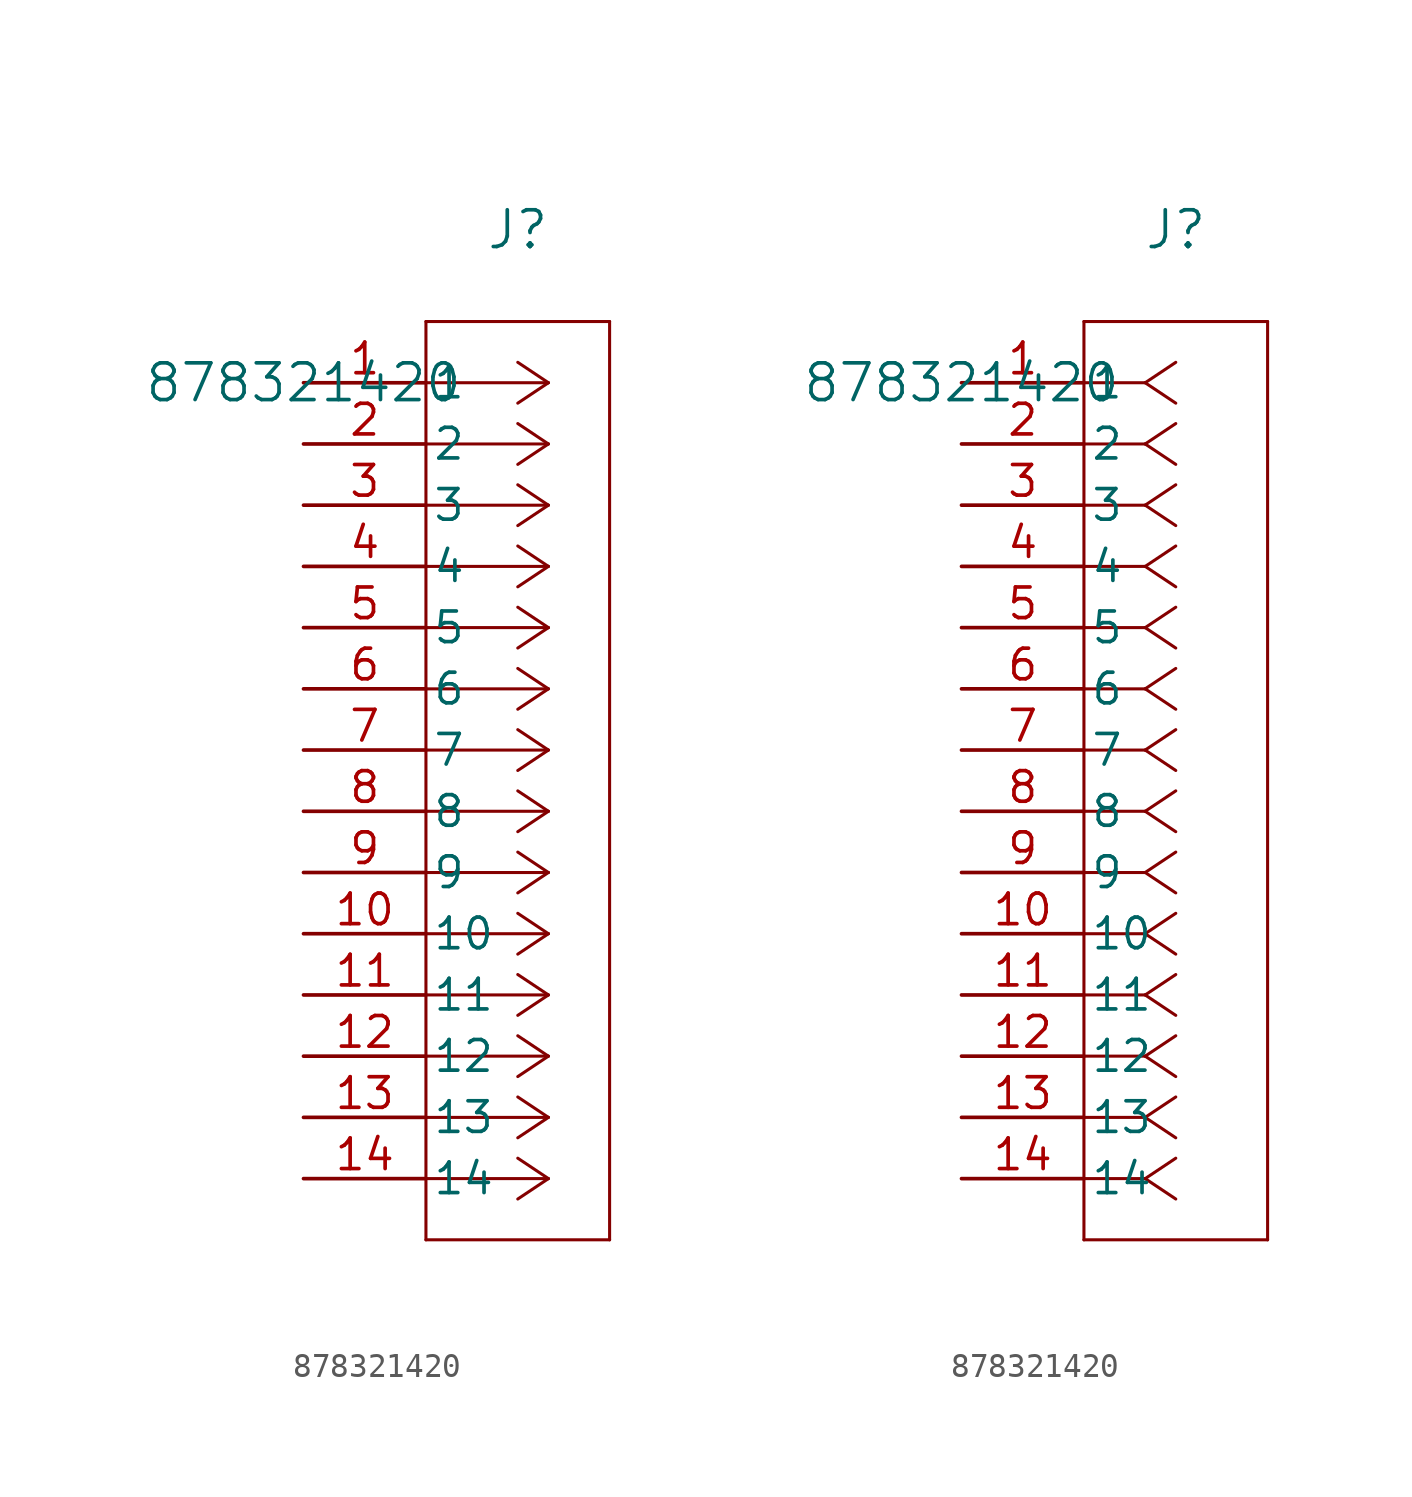
<source format=kicad_sym>
(kicad_symbol_lib
  (version 20211014)
  (generator kicad_symbol_editor)
  (symbol "878321420"
    (pin_names
      (offset 0.254))
    (property "Reference" "J"
      (at 8.89 6.35 0)
      (effects (font (size 1.524 1.524))))
    (property "Value" "878321420"
      (at 0 0 0)
      (effects (font (size 1.524 1.524))))
    (symbol "878321420_1_1"
      (polyline (pts (xy 10.16 0) (xy 5.08 0)) (stroke (width 0.127) (type default) (color 0 0 0 0)) (fill (type none)))
      (polyline (pts (xy 10.16 -2.54) (xy 5.08 -2.54)) (stroke (width 0.127) (type default) (color 0 0 0 0)) (fill (type none)))
      (polyline (pts (xy 10.16 -5.08) (xy 5.08 -5.08)) (stroke (width 0.127) (type default) (color 0 0 0 0)) (fill (type none)))
      (polyline (pts (xy 10.16 -7.62) (xy 5.08 -7.62)) (stroke (width 0.127) (type default) (color 0 0 0 0)) (fill (type none)))
      (polyline (pts (xy 10.16 -10.16) (xy 5.08 -10.16)) (stroke (width 0.127) (type default) (color 0 0 0 0)) (fill (type none)))
      (polyline (pts (xy 10.16 -12.7) (xy 5.08 -12.7)) (stroke (width 0.127) (type default) (color 0 0 0 0)) (fill (type none)))
      (polyline (pts (xy 10.16 -15.24) (xy 5.08 -15.24)) (stroke (width 0.127) (type default) (color 0 0 0 0)) (fill (type none)))
      (polyline (pts (xy 10.16 -17.78) (xy 5.08 -17.78)) (stroke (width 0.127) (type default) (color 0 0 0 0)) (fill (type none)))
      (polyline (pts (xy 10.16 -20.32) (xy 5.08 -20.32)) (stroke (width 0.127) (type default) (color 0 0 0 0)) (fill (type none)))
      (polyline (pts (xy 10.16 -22.86) (xy 5.08 -22.86)) (stroke (width 0.127) (type default) (color 0 0 0 0)) (fill (type none)))
      (polyline (pts (xy 10.16 -25.4) (xy 5.08 -25.4)) (stroke (width 0.127) (type default) (color 0 0 0 0)) (fill (type none)))
      (polyline (pts (xy 10.16 -27.94) (xy 5.08 -27.94)) (stroke (width 0.127) (type default) (color 0 0 0 0)) (fill (type none)))
      (polyline (pts (xy 10.16 -30.48) (xy 5.08 -30.48)) (stroke (width 0.127) (type default) (color 0 0 0 0)) (fill (type none)))
      (polyline (pts (xy 10.16 -33.02) (xy 5.08 -33.02)) (stroke (width 0.127) (type default) (color 0 0 0 0)) (fill (type none)))
      (polyline (pts (xy 10.16 0) (xy 8.89 0.847)) (stroke (width 0.127) (type default) (color 0 0 0 0)) (fill (type none)))
      (polyline (pts (xy 10.16 -2.54) (xy 8.89 -1.693)) (stroke (width 0.127) (type default) (color 0 0 0 0)) (fill (type none)))
      (polyline (pts (xy 10.16 -5.08) (xy 8.89 -4.233)) (stroke (width 0.127) (type default) (color 0 0 0 0)) (fill (type none)))
      (polyline (pts (xy 10.16 -7.62) (xy 8.89 -6.773)) (stroke (width 0.127) (type default) (color 0 0 0 0)) (fill (type none)))
      (polyline (pts (xy 10.16 -10.16) (xy 8.89 -9.313)) (stroke (width 0.127) (type default) (color 0 0 0 0)) (fill (type none)))
      (polyline (pts (xy 10.16 -12.7) (xy 8.89 -11.853)) (stroke (width 0.127) (type default) (color 0 0 0 0)) (fill (type none)))
      (polyline (pts (xy 10.16 -15.24) (xy 8.89 -14.393)) (stroke (width 0.127) (type default) (color 0 0 0 0)) (fill (type none)))
      (polyline (pts (xy 10.16 -17.78) (xy 8.89 -16.933)) (stroke (width 0.127) (type default) (color 0 0 0 0)) (fill (type none)))
      (polyline (pts (xy 10.16 -20.32) (xy 8.89 -19.473)) (stroke (width 0.127) (type default) (color 0 0 0 0)) (fill (type none)))
      (polyline (pts (xy 10.16 -22.86) (xy 8.89 -22.013)) (stroke (width 0.127) (type default) (color 0 0 0 0)) (fill (type none)))
      (polyline (pts (xy 10.16 -25.4) (xy 8.89 -24.553)) (stroke (width 0.127) (type default) (color 0 0 0 0)) (fill (type none)))
      (polyline (pts (xy 10.16 -27.94) (xy 8.89 -27.093)) (stroke (width 0.127) (type default) (color 0 0 0 0)) (fill (type none)))
      (polyline (pts (xy 10.16 -30.48) (xy 8.89 -29.633)) (stroke (width 0.127) (type default) (color 0 0 0 0)) (fill (type none)))
      (polyline (pts (xy 10.16 -33.02) (xy 8.89 -32.173)) (stroke (width 0.127) (type default) (color 0 0 0 0)) (fill (type none)))
      (polyline (pts (xy 10.16 0) (xy 8.89 -0.847)) (stroke (width 0.127) (type default) (color 0 0 0 0)) (fill (type none)))
      (polyline (pts (xy 10.16 -2.54) (xy 8.89 -3.387)) (stroke (width 0.127) (type default) (color 0 0 0 0)) (fill (type none)))
      (polyline (pts (xy 10.16 -5.08) (xy 8.89 -5.927)) (stroke (width 0.127) (type default) (color 0 0 0 0)) (fill (type none)))
      (polyline (pts (xy 10.16 -7.62) (xy 8.89 -8.467)) (stroke (width 0.127) (type default) (color 0 0 0 0)) (fill (type none)))
      (polyline (pts (xy 10.16 -10.16) (xy 8.89 -11.007)) (stroke (width 0.127) (type default) (color 0 0 0 0)) (fill (type none)))
      (polyline (pts (xy 10.16 -12.7) (xy 8.89 -13.547)) (stroke (width 0.127) (type default) (color 0 0 0 0)) (fill (type none)))
      (polyline (pts (xy 10.16 -15.24) (xy 8.89 -16.087)) (stroke (width 0.127) (type default) (color 0 0 0 0)) (fill (type none)))
      (polyline (pts (xy 10.16 -17.78) (xy 8.89 -18.627)) (stroke (width 0.127) (type default) (color 0 0 0 0)) (fill (type none)))
      (polyline (pts (xy 10.16 -20.32) (xy 8.89 -21.167)) (stroke (width 0.127) (type default) (color 0 0 0 0)) (fill (type none)))
      (polyline (pts (xy 10.16 -22.86) (xy 8.89 -23.707)) (stroke (width 0.127) (type default) (color 0 0 0 0)) (fill (type none)))
      (polyline (pts (xy 10.16 -25.4) (xy 8.89 -26.247)) (stroke (width 0.127) (type default) (color 0 0 0 0)) (fill (type none)))
      (polyline (pts (xy 10.16 -27.94) (xy 8.89 -28.787)) (stroke (width 0.127) (type default) (color 0 0 0 0)) (fill (type none)))
      (polyline (pts (xy 10.16 -30.48) (xy 8.89 -31.327)) (stroke (width 0.127) (type default) (color 0 0 0 0)) (fill (type none)))
      (polyline (pts (xy 10.16 -33.02) (xy 8.89 -33.867)) (stroke (width 0.127) (type default) (color 0 0 0 0)) (fill (type none)))
      (polyline (pts (xy 5.08 2.54) (xy 5.08 -35.56)) (stroke (width 0.127) (type default) (color 0 0 0 0)) (fill (type none)))
      (polyline (pts (xy 5.08 -35.56) (xy 12.7 -35.56)) (stroke (width 0.127) (type default) (color 0 0 0 0)) (fill (type none)))
      (polyline (pts (xy 12.7 -35.56) (xy 12.7 2.54)) (stroke (width 0.127) (type default) (color 0 0 0 0)) (fill (type none)))
      (polyline (pts (xy 12.7 2.54) (xy 5.08 2.54)) (stroke (width 0.127) (type default) (color 0 0 0 0)) (fill (type none)))
      (pin unspecified line (at 0 0 0) (length 5.08) (name "1" (effects (font (size 1.27 1.27)))) (number "1" (effects (font (size 1.27 1.27)))))
      (pin unspecified line (at 0 -2.54 0) (length 5.08) (name "2" (effects (font (size 1.27 1.27)))) (number "2" (effects (font (size 1.27 1.27)))))
      (pin unspecified line (at 0 -5.08 0) (length 5.08) (name "3" (effects (font (size 1.27 1.27)))) (number "3" (effects (font (size 1.27 1.27)))))
      (pin unspecified line (at 0 -7.62 0) (length 5.08) (name "4" (effects (font (size 1.27 1.27)))) (number "4" (effects (font (size 1.27 1.27)))))
      (pin unspecified line (at 0 -10.16 0) (length 5.08) (name "5" (effects (font (size 1.27 1.27)))) (number "5" (effects (font (size 1.27 1.27)))))
      (pin unspecified line (at 0 -12.7 0) (length 5.08) (name "6" (effects (font (size 1.27 1.27)))) (number "6" (effects (font (size 1.27 1.27)))))
      (pin unspecified line (at 0 -15.24 0) (length 5.08) (name "7" (effects (font (size 1.27 1.27)))) (number "7" (effects (font (size 1.27 1.27)))))
      (pin unspecified line (at 0 -17.78 0) (length 5.08) (name "8" (effects (font (size 1.27 1.27)))) (number "8" (effects (font (size 1.27 1.27)))))
      (pin unspecified line (at 0 -20.32 0) (length 5.08) (name "9" (effects (font (size 1.27 1.27)))) (number "9" (effects (font (size 1.27 1.27)))))
      (pin unspecified line (at 0 -22.86 0) (length 5.08) (name "10" (effects (font (size 1.27 1.27)))) (number "10" (effects (font (size 1.27 1.27)))))
      (pin unspecified line (at 0 -25.4 0) (length 5.08) (name "11" (effects (font (size 1.27 1.27)))) (number "11" (effects (font (size 1.27 1.27)))))
      (pin unspecified line (at 0 -27.94 0) (length 5.08) (name "12" (effects (font (size 1.27 1.27)))) (number "12" (effects (font (size 1.27 1.27)))))
      (pin unspecified line (at 0 -30.48 0) (length 5.08) (name "13" (effects (font (size 1.27 1.27)))) (number "13" (effects (font (size 1.27 1.27)))))
      (pin unspecified line (at 0 -33.02 0) (length 5.08) (name "14" (effects (font (size 1.27 1.27)))) (number "14" (effects (font (size 1.27 1.27))))))
    (symbol "878321420_1_2"
      (polyline (pts (xy 7.62 0) (xy 5.08 0)) (stroke (width 0.127) (type default) (color 0 0 0 0)) (fill (type none)))
      (polyline (pts (xy 7.62 -2.54) (xy 5.08 -2.54)) (stroke (width 0.127) (type default) (color 0 0 0 0)) (fill (type none)))
      (polyline (pts (xy 7.62 -5.08) (xy 5.08 -5.08)) (stroke (width 0.127) (type default) (color 0 0 0 0)) (fill (type none)))
      (polyline (pts (xy 7.62 -7.62) (xy 5.08 -7.62)) (stroke (width 0.127) (type default) (color 0 0 0 0)) (fill (type none)))
      (polyline (pts (xy 7.62 -10.16) (xy 5.08 -10.16)) (stroke (width 0.127) (type default) (color 0 0 0 0)) (fill (type none)))
      (polyline (pts (xy 7.62 -12.7) (xy 5.08 -12.7)) (stroke (width 0.127) (type default) (color 0 0 0 0)) (fill (type none)))
      (polyline (pts (xy 7.62 -15.24) (xy 5.08 -15.24)) (stroke (width 0.127) (type default) (color 0 0 0 0)) (fill (type none)))
      (polyline (pts (xy 7.62 -17.78) (xy 5.08 -17.78)) (stroke (width 0.127) (type default) (color 0 0 0 0)) (fill (type none)))
      (polyline (pts (xy 7.62 -20.32) (xy 5.08 -20.32)) (stroke (width 0.127) (type default) (color 0 0 0 0)) (fill (type none)))
      (polyline (pts (xy 7.62 -22.86) (xy 5.08 -22.86)) (stroke (width 0.127) (type default) (color 0 0 0 0)) (fill (type none)))
      (polyline (pts (xy 7.62 -25.4) (xy 5.08 -25.4)) (stroke (width 0.127) (type default) (color 0 0 0 0)) (fill (type none)))
      (polyline (pts (xy 7.62 -27.94) (xy 5.08 -27.94)) (stroke (width 0.127) (type default) (color 0 0 0 0)) (fill (type none)))
      (polyline (pts (xy 7.62 -30.48) (xy 5.08 -30.48)) (stroke (width 0.127) (type default) (color 0 0 0 0)) (fill (type none)))
      (polyline (pts (xy 7.62 -33.02) (xy 5.08 -33.02)) (stroke (width 0.127) (type default) (color 0 0 0 0)) (fill (type none)))
      (polyline (pts (xy 7.62 0) (xy 8.89 0.847)) (stroke (width 0.127) (type default) (color 0 0 0 0)) (fill (type none)))
      (polyline (pts (xy 7.62 -2.54) (xy 8.89 -1.693)) (stroke (width 0.127) (type default) (color 0 0 0 0)) (fill (type none)))
      (polyline (pts (xy 7.62 -5.08) (xy 8.89 -4.233)) (stroke (width 0.127) (type default) (color 0 0 0 0)) (fill (type none)))
      (polyline (pts (xy 7.62 -7.62) (xy 8.89 -6.773)) (stroke (width 0.127) (type default) (color 0 0 0 0)) (fill (type none)))
      (polyline (pts (xy 7.62 -10.16) (xy 8.89 -9.313)) (stroke (width 0.127) (type default) (color 0 0 0 0)) (fill (type none)))
      (polyline (pts (xy 7.62 -12.7) (xy 8.89 -11.853)) (stroke (width 0.127) (type default) (color 0 0 0 0)) (fill (type none)))
      (polyline (pts (xy 7.62 -15.24) (xy 8.89 -14.393)) (stroke (width 0.127) (type default) (color 0 0 0 0)) (fill (type none)))
      (polyline (pts (xy 7.62 -17.78) (xy 8.89 -16.933)) (stroke (width 0.127) (type default) (color 0 0 0 0)) (fill (type none)))
      (polyline (pts (xy 7.62 -20.32) (xy 8.89 -19.473)) (stroke (width 0.127) (type default) (color 0 0 0 0)) (fill (type none)))
      (polyline (pts (xy 7.62 -22.86) (xy 8.89 -22.013)) (stroke (width 0.127) (type default) (color 0 0 0 0)) (fill (type none)))
      (polyline (pts (xy 7.62 -25.4) (xy 8.89 -24.553)) (stroke (width 0.127) (type default) (color 0 0 0 0)) (fill (type none)))
      (polyline (pts (xy 7.62 -27.94) (xy 8.89 -27.093)) (stroke (width 0.127) (type default) (color 0 0 0 0)) (fill (type none)))
      (polyline (pts (xy 7.62 -30.48) (xy 8.89 -29.633)) (stroke (width 0.127) (type default) (color 0 0 0 0)) (fill (type none)))
      (polyline (pts (xy 7.62 -33.02) (xy 8.89 -32.173)) (stroke (width 0.127) (type default) (color 0 0 0 0)) (fill (type none)))
      (polyline (pts (xy 7.62 0) (xy 8.89 -0.847)) (stroke (width 0.127) (type default) (color 0 0 0 0)) (fill (type none)))
      (polyline (pts (xy 7.62 -2.54) (xy 8.89 -3.387)) (stroke (width 0.127) (type default) (color 0 0 0 0)) (fill (type none)))
      (polyline (pts (xy 7.62 -5.08) (xy 8.89 -5.927)) (stroke (width 0.127) (type default) (color 0 0 0 0)) (fill (type none)))
      (polyline (pts (xy 7.62 -7.62) (xy 8.89 -8.467)) (stroke (width 0.127) (type default) (color 0 0 0 0)) (fill (type none)))
      (polyline (pts (xy 7.62 -10.16) (xy 8.89 -11.007)) (stroke (width 0.127) (type default) (color 0 0 0 0)) (fill (type none)))
      (polyline (pts (xy 7.62 -12.7) (xy 8.89 -13.547)) (stroke (width 0.127) (type default) (color 0 0 0 0)) (fill (type none)))
      (polyline (pts (xy 7.62 -15.24) (xy 8.89 -16.087)) (stroke (width 0.127) (type default) (color 0 0 0 0)) (fill (type none)))
      (polyline (pts (xy 7.62 -17.78) (xy 8.89 -18.627)) (stroke (width 0.127) (type default) (color 0 0 0 0)) (fill (type none)))
      (polyline (pts (xy 7.62 -20.32) (xy 8.89 -21.167)) (stroke (width 0.127) (type default) (color 0 0 0 0)) (fill (type none)))
      (polyline (pts (xy 7.62 -22.86) (xy 8.89 -23.707)) (stroke (width 0.127) (type default) (color 0 0 0 0)) (fill (type none)))
      (polyline (pts (xy 7.62 -25.4) (xy 8.89 -26.247)) (stroke (width 0.127) (type default) (color 0 0 0 0)) (fill (type none)))
      (polyline (pts (xy 7.62 -27.94) (xy 8.89 -28.787)) (stroke (width 0.127) (type default) (color 0 0 0 0)) (fill (type none)))
      (polyline (pts (xy 7.62 -30.48) (xy 8.89 -31.327)) (stroke (width 0.127) (type default) (color 0 0 0 0)) (fill (type none)))
      (polyline (pts (xy 7.62 -33.02) (xy 8.89 -33.867)) (stroke (width 0.127) (type default) (color 0 0 0 0)) (fill (type none)))
      (polyline (pts (xy 5.08 2.54) (xy 5.08 -35.56)) (stroke (width 0.127) (type default) (color 0 0 0 0)) (fill (type none)))
      (polyline (pts (xy 5.08 -35.56) (xy 12.7 -35.56)) (stroke (width 0.127) (type default) (color 0 0 0 0)) (fill (type none)))
      (polyline (pts (xy 12.7 -35.56) (xy 12.7 2.54)) (stroke (width 0.127) (type default) (color 0 0 0 0)) (fill (type none)))
      (polyline (pts (xy 12.7 2.54) (xy 5.08 2.54)) (stroke (width 0.127) (type default) (color 0 0 0 0)) (fill (type none)))
      (pin unspecified line (at 0 0 0) (length 5.08) (name "1" (effects (font (size 1.27 1.27)))) (number "1" (effects (font (size 1.27 1.27)))))
      (pin unspecified line (at 0 -2.54 0) (length 5.08) (name "2" (effects (font (size 1.27 1.27)))) (number "2" (effects (font (size 1.27 1.27)))))
      (pin unspecified line (at 0 -5.08 0) (length 5.08) (name "3" (effects (font (size 1.27 1.27)))) (number "3" (effects (font (size 1.27 1.27)))))
      (pin unspecified line (at 0 -7.62 0) (length 5.08) (name "4" (effects (font (size 1.27 1.27)))) (number "4" (effects (font (size 1.27 1.27)))))
      (pin unspecified line (at 0 -10.16 0) (length 5.08) (name "5" (effects (font (size 1.27 1.27)))) (number "5" (effects (font (size 1.27 1.27)))))
      (pin unspecified line (at 0 -12.7 0) (length 5.08) (name "6" (effects (font (size 1.27 1.27)))) (number "6" (effects (font (size 1.27 1.27)))))
      (pin unspecified line (at 0 -15.24 0) (length 5.08) (name "7" (effects (font (size 1.27 1.27)))) (number "7" (effects (font (size 1.27 1.27)))))
      (pin unspecified line (at 0 -17.78 0) (length 5.08) (name "8" (effects (font (size 1.27 1.27)))) (number "8" (effects (font (size 1.27 1.27)))))
      (pin unspecified line (at 0 -20.32 0) (length 5.08) (name "9" (effects (font (size 1.27 1.27)))) (number "9" (effects (font (size 1.27 1.27)))))
      (pin unspecified line (at 0 -22.86 0) (length 5.08) (name "10" (effects (font (size 1.27 1.27)))) (number "10" (effects (font (size 1.27 1.27)))))
      (pin unspecified line (at 0 -25.4 0) (length 5.08) (name "11" (effects (font (size 1.27 1.27)))) (number "11" (effects (font (size 1.27 1.27)))))
      (pin unspecified line (at 0 -27.94 0) (length 5.08) (name "12" (effects (font (size 1.27 1.27)))) (number "12" (effects (font (size 1.27 1.27)))))
      (pin unspecified line (at 0 -30.48 0) (length 5.08) (name "13" (effects (font (size 1.27 1.27)))) (number "13" (effects (font (size 1.27 1.27)))))
      (pin unspecified line (at 0 -33.02 0) (length 5.08) (name "14" (effects (font (size 1.27 1.27)))) (number "14" (effects (font (size 1.27 1.27))))))))
</source>
